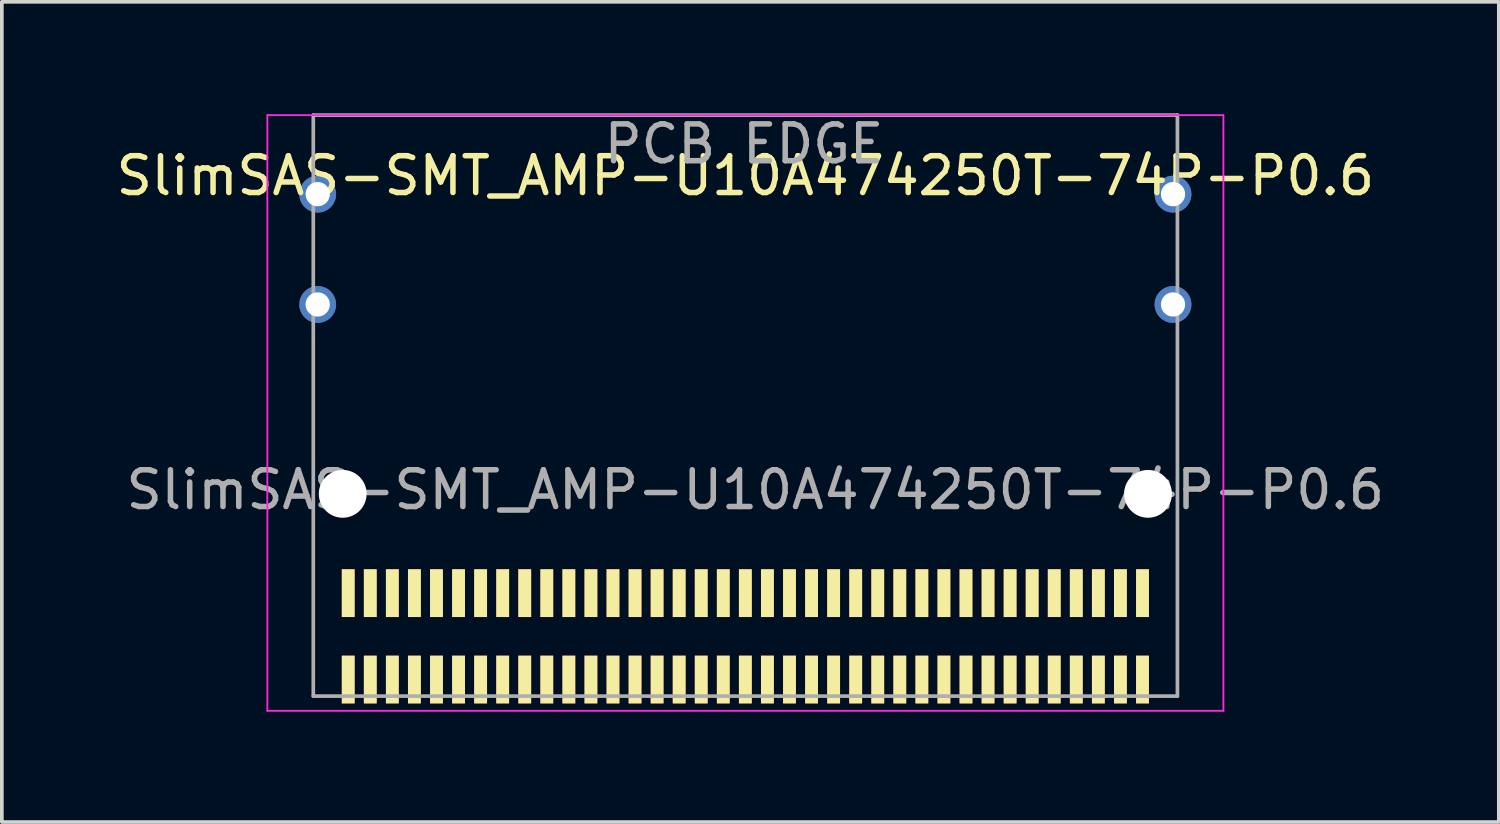
<source format=kicad_pcb>
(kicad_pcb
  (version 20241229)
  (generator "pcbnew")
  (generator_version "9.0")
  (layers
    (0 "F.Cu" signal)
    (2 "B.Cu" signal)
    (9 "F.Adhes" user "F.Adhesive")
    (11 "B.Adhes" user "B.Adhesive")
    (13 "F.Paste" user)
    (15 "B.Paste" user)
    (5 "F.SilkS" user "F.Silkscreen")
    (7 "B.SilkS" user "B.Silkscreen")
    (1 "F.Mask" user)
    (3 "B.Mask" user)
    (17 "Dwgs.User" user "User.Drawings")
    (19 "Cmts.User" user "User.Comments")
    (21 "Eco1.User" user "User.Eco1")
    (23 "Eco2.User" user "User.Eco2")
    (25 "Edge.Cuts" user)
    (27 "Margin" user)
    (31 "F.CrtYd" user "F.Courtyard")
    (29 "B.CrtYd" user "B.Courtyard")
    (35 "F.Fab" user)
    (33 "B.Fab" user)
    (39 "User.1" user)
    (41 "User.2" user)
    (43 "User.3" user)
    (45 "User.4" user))
  (footprint "SlimSAS-SMT_AMP-U10A474250T-74P-P0.6"
    (layer "F.Cu")
    (at 17.22 2.23)
    (property "Reference" "SlimSAS-SMT_AMP-U10A474250T-74P-P0.6" (at 0 -0.5 0) (unlocked yes) (layer "F.SilkS") (effects (font (size 1 1) (thickness 0.15))))
    (attr smd)
    (fp_line (start -13 -2.15) (end 13 -2.15) (stroke (width 0.05) (type default)) (layer "F.CrtYd"))
    (fp_line (start -13 14.05) (end -13 -2.15) (stroke (width 0.05) (type default)) (layer "F.CrtYd"))
    (fp_line (start 13 -2.15) (end 13 14.05) (stroke (width 0.05) (type default)) (layer "F.CrtYd"))
    (fp_line (start 13 14.05) (end -13 14.05) (stroke (width 0.05) (type default)) (layer "F.CrtYd"))
    (fp_line (start -11.75 -2.15) (end -11.75 13.65) (stroke (width 0.1) (type default)) (layer "F.Fab"))
    (fp_line (start -11.75 -2.15) (end 11.75 -2.15) (stroke (width 0.1) (type default)) (layer "F.Fab"))
    (fp_line (start -11.75 13.65) (end 11.75 13.65) (stroke (width 0.1) (type default)) (layer "F.Fab"))
    (fp_line (start 11.75 -2.15) (end 11.75 13.65) (stroke (width 0.1) (type default)) (layer "F.Fab"))
    (fp_text user "${REFERENCE}" (at 0.27 8.04 0) (unlocked yes) (layer "F.Fab") (effects (font (size 1 1) (thickness 0.15))))
    (fp_text user "PCB EDGE" (at -3.92 -0.78 0) (unlocked yes) (layer "F.Fab") (effects (font (size 1 1) (thickness 0.15)) (justify left bottom)))
    (pad "" np_thru_hole circle (at -10.95 8.15) (size 1.3 1.3) (drill 1.3) (layers "*.Cu" "*.Mask"))
    (pad "" np_thru_hole circle (at 10.95 8.15) (size 1.3 1.3) (drill 1.3) (layers "*.Cu" "*.Mask"))
    (pad "1" smd rect (at 10.8 10.85) (size 0.35 1.3) (layers "F.Cu" "F.Mask" "F.SilkS" "F.Paste"))
    (pad "2" smd rect (at 10.2 10.85) (size 0.35 1.3) (layers "F.Cu" "F.Mask" "F.SilkS" "F.Paste"))
    (pad "3" smd rect (at 9.6 10.85) (size 0.35 1.3) (layers "F.Cu" "F.Mask" "F.SilkS" "F.Paste"))
    (pad "4" smd rect (at 9 10.85) (size 0.35 1.3) (layers "F.Cu" "F.Mask" "F.SilkS" "F.Paste"))
    (pad "5" smd rect (at 8.4 10.85) (size 0.35 1.3) (layers "F.Cu" "F.Mask" "F.SilkS" "F.Paste"))
    (pad "6" smd rect (at 7.8 10.85) (size 0.35 1.3) (layers "F.Cu" "F.Mask" "F.SilkS" "F.Paste"))
    (pad "7" smd rect (at 7.2 10.85) (size 0.35 1.3) (layers "F.Cu" "F.Mask" "F.SilkS" "F.Paste"))
    (pad "8" smd rect (at 6.6 10.85) (size 0.35 1.3) (layers "F.Cu" "F.Mask" "F.SilkS" "F.Paste"))
    (pad "9" smd rect (at 6 10.85) (size 0.35 1.3) (layers "F.Cu" "F.Mask" "F.SilkS" "F.Paste"))
    (pad "10" smd rect (at 5.4 10.85) (size 0.35 1.3) (layers "F.Cu" "F.Mask" "F.SilkS" "F.Paste"))
    (pad "11" smd rect (at 4.8 10.85) (size 0.35 1.3) (layers "F.Cu" "F.Mask" "F.SilkS" "F.Paste"))
    (pad "12" smd rect (at 4.2 10.85) (size 0.35 1.3) (layers "F.Cu" "F.Mask" "F.SilkS" "F.Paste"))
    (pad "13" smd rect (at 3.6 10.85) (size 0.35 1.3) (layers "F.Cu" "F.Mask" "F.SilkS" "F.Paste"))
    (pad "14" smd rect (at 3 10.85) (size 0.35 1.3) (layers "F.Cu" "F.Mask" "F.SilkS" "F.Paste"))
    (pad "15" smd rect (at 2.4 10.85) (size 0.35 1.3) (layers "F.Cu" "F.Mask" "F.SilkS" "F.Paste"))
    (pad "16" smd rect (at 1.8 10.85) (size 0.35 1.3) (layers "F.Cu" "F.Mask" "F.SilkS" "F.Paste"))
    (pad "17" smd rect (at 1.2 10.85) (size 0.35 1.3) (layers "F.Cu" "F.Mask" "F.SilkS" "F.Paste"))
    (pad "18" smd rect (at 0.6 10.85) (size 0.35 1.3) (layers "F.Cu" "F.Mask" "F.SilkS" "F.Paste"))
    (pad "19" smd rect (at 0 10.85) (size 0.35 1.3) (layers "F.Cu" "F.Mask" "F.SilkS" "F.Paste"))
    (pad "20" smd rect (at -0.6 10.85) (size 0.35 1.3) (layers "F.Cu" "F.Mask" "F.SilkS" "F.Paste"))
    (pad "21" smd rect (at -1.2 10.85) (size 0.35 1.3) (layers "F.Cu" "F.Mask" "F.SilkS" "F.Paste"))
    (pad "22" smd rect (at -1.8 10.85) (size 0.35 1.3) (layers "F.Cu" "F.Mask" "F.SilkS" "F.Paste"))
    (pad "23" smd rect (at -2.4 10.85) (size 0.35 1.3) (layers "F.Cu" "F.Mask" "F.SilkS" "F.Paste"))
    (pad "24" smd rect (at -3 10.85) (size 0.35 1.3) (layers "F.Cu" "F.Mask" "F.SilkS" "F.Paste"))
    (pad "25" smd rect (at -3.6 10.85) (size 0.35 1.3) (layers "F.Cu" "F.Mask" "F.SilkS" "F.Paste"))
    (pad "26" smd rect (at -4.2 10.85) (size 0.35 1.3) (layers "F.Cu" "F.Mask" "F.SilkS" "F.Paste"))
    (pad "27" smd rect (at -4.8 10.85) (size 0.35 1.3) (layers "F.Cu" "F.Mask" "F.SilkS" "F.Paste"))
    (pad "28" smd rect (at -5.4 10.85) (size 0.35 1.3) (layers "F.Cu" "F.Mask" "F.SilkS" "F.Paste"))
    (pad "29" smd rect (at -6 10.85) (size 0.35 1.3) (layers "F.Cu" "F.Mask" "F.SilkS" "F.Paste"))
    (pad "30" smd rect (at -6.6 10.85) (size 0.35 1.3) (layers "F.Cu" "F.Mask" "F.SilkS" "F.Paste"))
    (pad "31" smd rect (at -7.2 10.85) (size 0.35 1.3) (layers "F.Cu" "F.Mask" "F.SilkS" "F.Paste"))
    (pad "32" smd rect (at -7.8 10.85) (size 0.35 1.3) (layers "F.Cu" "F.Mask" "F.SilkS" "F.Paste"))
    (pad "33" smd rect (at -8.4 10.85) (size 0.35 1.3) (layers "F.Cu" "F.Mask" "F.SilkS" "F.Paste"))
    (pad "34" smd rect (at -9 10.85) (size 0.35 1.3) (layers "F.Cu" "F.Mask" "F.SilkS" "F.Paste"))
    (pad "35" smd rect (at -9.6 10.85) (size 0.35 1.3) (layers "F.Cu" "F.Mask" "F.SilkS" "F.Paste"))
    (pad "36" smd rect (at -10.2 10.85) (size 0.35 1.3) (layers "F.Cu" "F.Mask" "F.SilkS" "F.Paste"))
    (pad "37" smd rect (at -10.8 10.85) (size 0.35 1.3) (layers "F.Cu" "F.Mask" "F.SilkS" "F.Paste"))
    (pad "38" smd rect (at -10.8 13.2) (size 0.35 1.3) (layers "F.Cu" "F.Mask" "F.SilkS" "F.Paste"))
    (pad "39" smd rect (at -10.2 13.2) (size 0.35 1.3) (layers "F.Cu" "F.Mask" "F.SilkS" "F.Paste"))
    (pad "40" smd rect (at -9.6 13.2) (size 0.35 1.3) (layers "F.Cu" "F.Mask" "F.SilkS" "F.Paste"))
    (pad "41" smd rect (at -9 13.2) (size 0.35 1.3) (layers "F.Cu" "F.Mask" "F.SilkS" "F.Paste"))
    (pad "42" smd rect (at -8.4 13.2) (size 0.35 1.3) (layers "F.Cu" "F.Mask" "F.SilkS" "F.Paste"))
    (pad "43" smd rect (at -7.8 13.2) (size 0.35 1.3) (layers "F.Cu" "F.Mask" "F.SilkS" "F.Paste"))
    (pad "44" smd rect (at -7.2 13.2) (size 0.35 1.3) (layers "F.Cu" "F.Mask" "F.SilkS" "F.Paste"))
    (pad "45" smd rect (at -6.6 13.2) (size 0.35 1.3) (layers "F.Cu" "F.Mask" "F.SilkS" "F.Paste"))
    (pad "46" smd rect (at -6 13.2) (size 0.35 1.3) (layers "F.Cu" "F.Mask" "F.SilkS" "F.Paste"))
    (pad "47" smd rect (at -5.4 13.2) (size 0.35 1.3) (layers "F.Cu" "F.Mask" "F.SilkS" "F.Paste"))
    (pad "48" smd rect (at -4.8 13.2) (size 0.35 1.3) (layers "F.Cu" "F.Mask" "F.SilkS" "F.Paste"))
    (pad "49" smd rect (at -4.2 13.2) (size 0.35 1.3) (layers "F.Cu" "F.Mask" "F.SilkS" "F.Paste"))
    (pad "50" smd rect (at -3.6 13.2) (size 0.35 1.3) (layers "F.Cu" "F.Mask" "F.SilkS" "F.Paste"))
    (pad "51" smd rect (at -3 13.2) (size 0.35 1.3) (layers "F.Cu" "F.Mask" "F.SilkS" "F.Paste"))
    (pad "52" smd rect (at -2.4 13.2) (size 0.35 1.3) (layers "F.Cu" "F.Mask" "F.SilkS" "F.Paste"))
    (pad "53" smd rect (at -1.8 13.2) (size 0.35 1.3) (layers "F.Cu" "F.Mask" "F.SilkS" "F.Paste"))
    (pad "54" smd rect (at -1.2 13.2) (size 0.35 1.3) (layers "F.Cu" "F.Mask" "F.SilkS" "F.Paste"))
    (pad "55" smd rect (at -0.6 13.2) (size 0.35 1.3) (layers "F.Cu" "F.Mask" "F.SilkS" "F.Paste"))
    (pad "56" smd rect (at 0 13.2) (size 0.35 1.3) (layers "F.Cu" "F.Mask" "F.SilkS" "F.Paste"))
    (pad "57" smd rect (at 0.6 13.2) (size 0.35 1.3) (layers "F.Cu" "F.Mask" "F.SilkS" "F.Paste"))
    (pad "58" smd rect (at 1.2 13.2) (size 0.35 1.3) (layers "F.Cu" "F.Mask" "F.SilkS" "F.Paste"))
    (pad "59" smd rect (at 1.8 13.2) (size 0.35 1.3) (layers "F.Cu" "F.Mask" "F.SilkS" "F.Paste"))
    (pad "60" smd rect (at 2.4 13.2) (size 0.35 1.3) (layers "F.Cu" "F.Mask" "F.SilkS" "F.Paste"))
    (pad "61" smd rect (at 3 13.2) (size 0.35 1.3) (layers "F.Cu" "F.Mask" "F.SilkS" "F.Paste"))
    (pad "62" smd rect (at 3.6 13.2) (size 0.35 1.3) (layers "F.Cu" "F.Mask" "F.SilkS" "F.Paste"))
    (pad "63" smd rect (at 4.2 13.2) (size 0.35 1.3) (layers "F.Cu" "F.Mask" "F.SilkS" "F.Paste"))
    (pad "64" smd rect (at 4.8 13.2) (size 0.35 1.3) (layers "F.Cu" "F.Mask" "F.SilkS" "F.Paste"))
    (pad "65" smd rect (at 5.4 13.2) (size 0.35 1.3) (layers "F.Cu" "F.Mask" "F.SilkS" "F.Paste"))
    (pad "66" smd rect (at 6 13.2) (size 0.35 1.3) (layers "F.Cu" "F.Mask" "F.SilkS" "F.Paste"))
    (pad "67" smd rect (at 6.6 13.2) (size 0.35 1.3) (layers "F.Cu" "F.Mask" "F.SilkS" "F.Paste"))
    (pad "68" smd rect (at 7.2 13.2) (size 0.35 1.3) (layers "F.Cu" "F.Mask" "F.SilkS" "F.Paste"))
    (pad "69" smd rect (at 7.8 13.2) (size 0.35 1.3) (layers "F.Cu" "F.Mask" "F.SilkS" "F.Paste"))
    (pad "70" smd rect (at 8.4 13.2) (size 0.35 1.3) (layers "F.Cu" "F.Mask" "F.SilkS" "F.Paste"))
    (pad "71" smd rect (at 9 13.2) (size 0.35 1.3) (layers "F.Cu" "F.Mask" "F.SilkS" "F.Paste"))
    (pad "72" smd rect (at 9.6 13.2) (size 0.35 1.3) (layers "F.Cu" "F.Mask" "F.SilkS" "F.Paste"))
    (pad "73" smd rect (at 10.2 13.2) (size 0.35 1.3) (layers "F.Cu" "F.Mask" "F.SilkS" "F.Paste"))
    (pad "74" smd rect (at 10.8 13.2) (size 0.35 1.3) (layers "F.Cu" "F.Mask" "F.SilkS" "F.Paste"))
    (pad "TH1" thru_hole circle (at -11.63 0) (size 1 1) (drill 0.66) (layers "*.Cu" "*.Mask"))
    (pad "TH2" thru_hole circle (at 11.63 0) (size 1 1) (drill 0.66) (layers "*.Cu" "*.Mask"))
    (pad "TH3" thru_hole circle (at -11.63 3) (size 1 1) (drill 0.66) (layers "*.Cu" "*.Mask"))
    (pad "TH4" thru_hole circle (at 11.63 3) (size 1 1) (drill 0.66) (layers "*.Cu" "*.Mask"))
    (zone (net_name "") (layer "F.Cu") (hatch edge 0.5) (connect_pads) (min_thickness 0.25) (filled_areas_thickness no) (keepout (tracks not_allowed) (vias not_allowed) (pads not_allowed) (copperpour not_allowed) (footprints allowed)) (placement (enabled no)) (fill) (polygon (pts (xy 5.09 0.08) (xy 5.09 9.18) (xy 6.87 9.18) (xy 6.87 5.78) (xy 6.09 5.78) (xy 6.09 0.08))))
    (zone (net_name "") (layer "F.Cu") (hatch edge 0.5) (connect_pads) (min_thickness 0.25) (filled_areas_thickness no) (keepout (tracks not_allowed) (vias not_allowed) (pads not_allowed) (copperpour not_allowed) (footprints allowed)) (placement (enabled no)) (fill) (polygon (pts (xy 29.35 0.08) (xy 29.35 9.18) (xy 27.57 9.18) (xy 27.57 5.78) (xy 28.35 5.78) (xy 28.35 0.08)))))
  (gr_rect
    (start -3 -3)
    (end 37.71 19.305)
    (stroke (width 0.1) (type default))
    (fill no)
    (layer "Edge.Cuts")))
</source>
